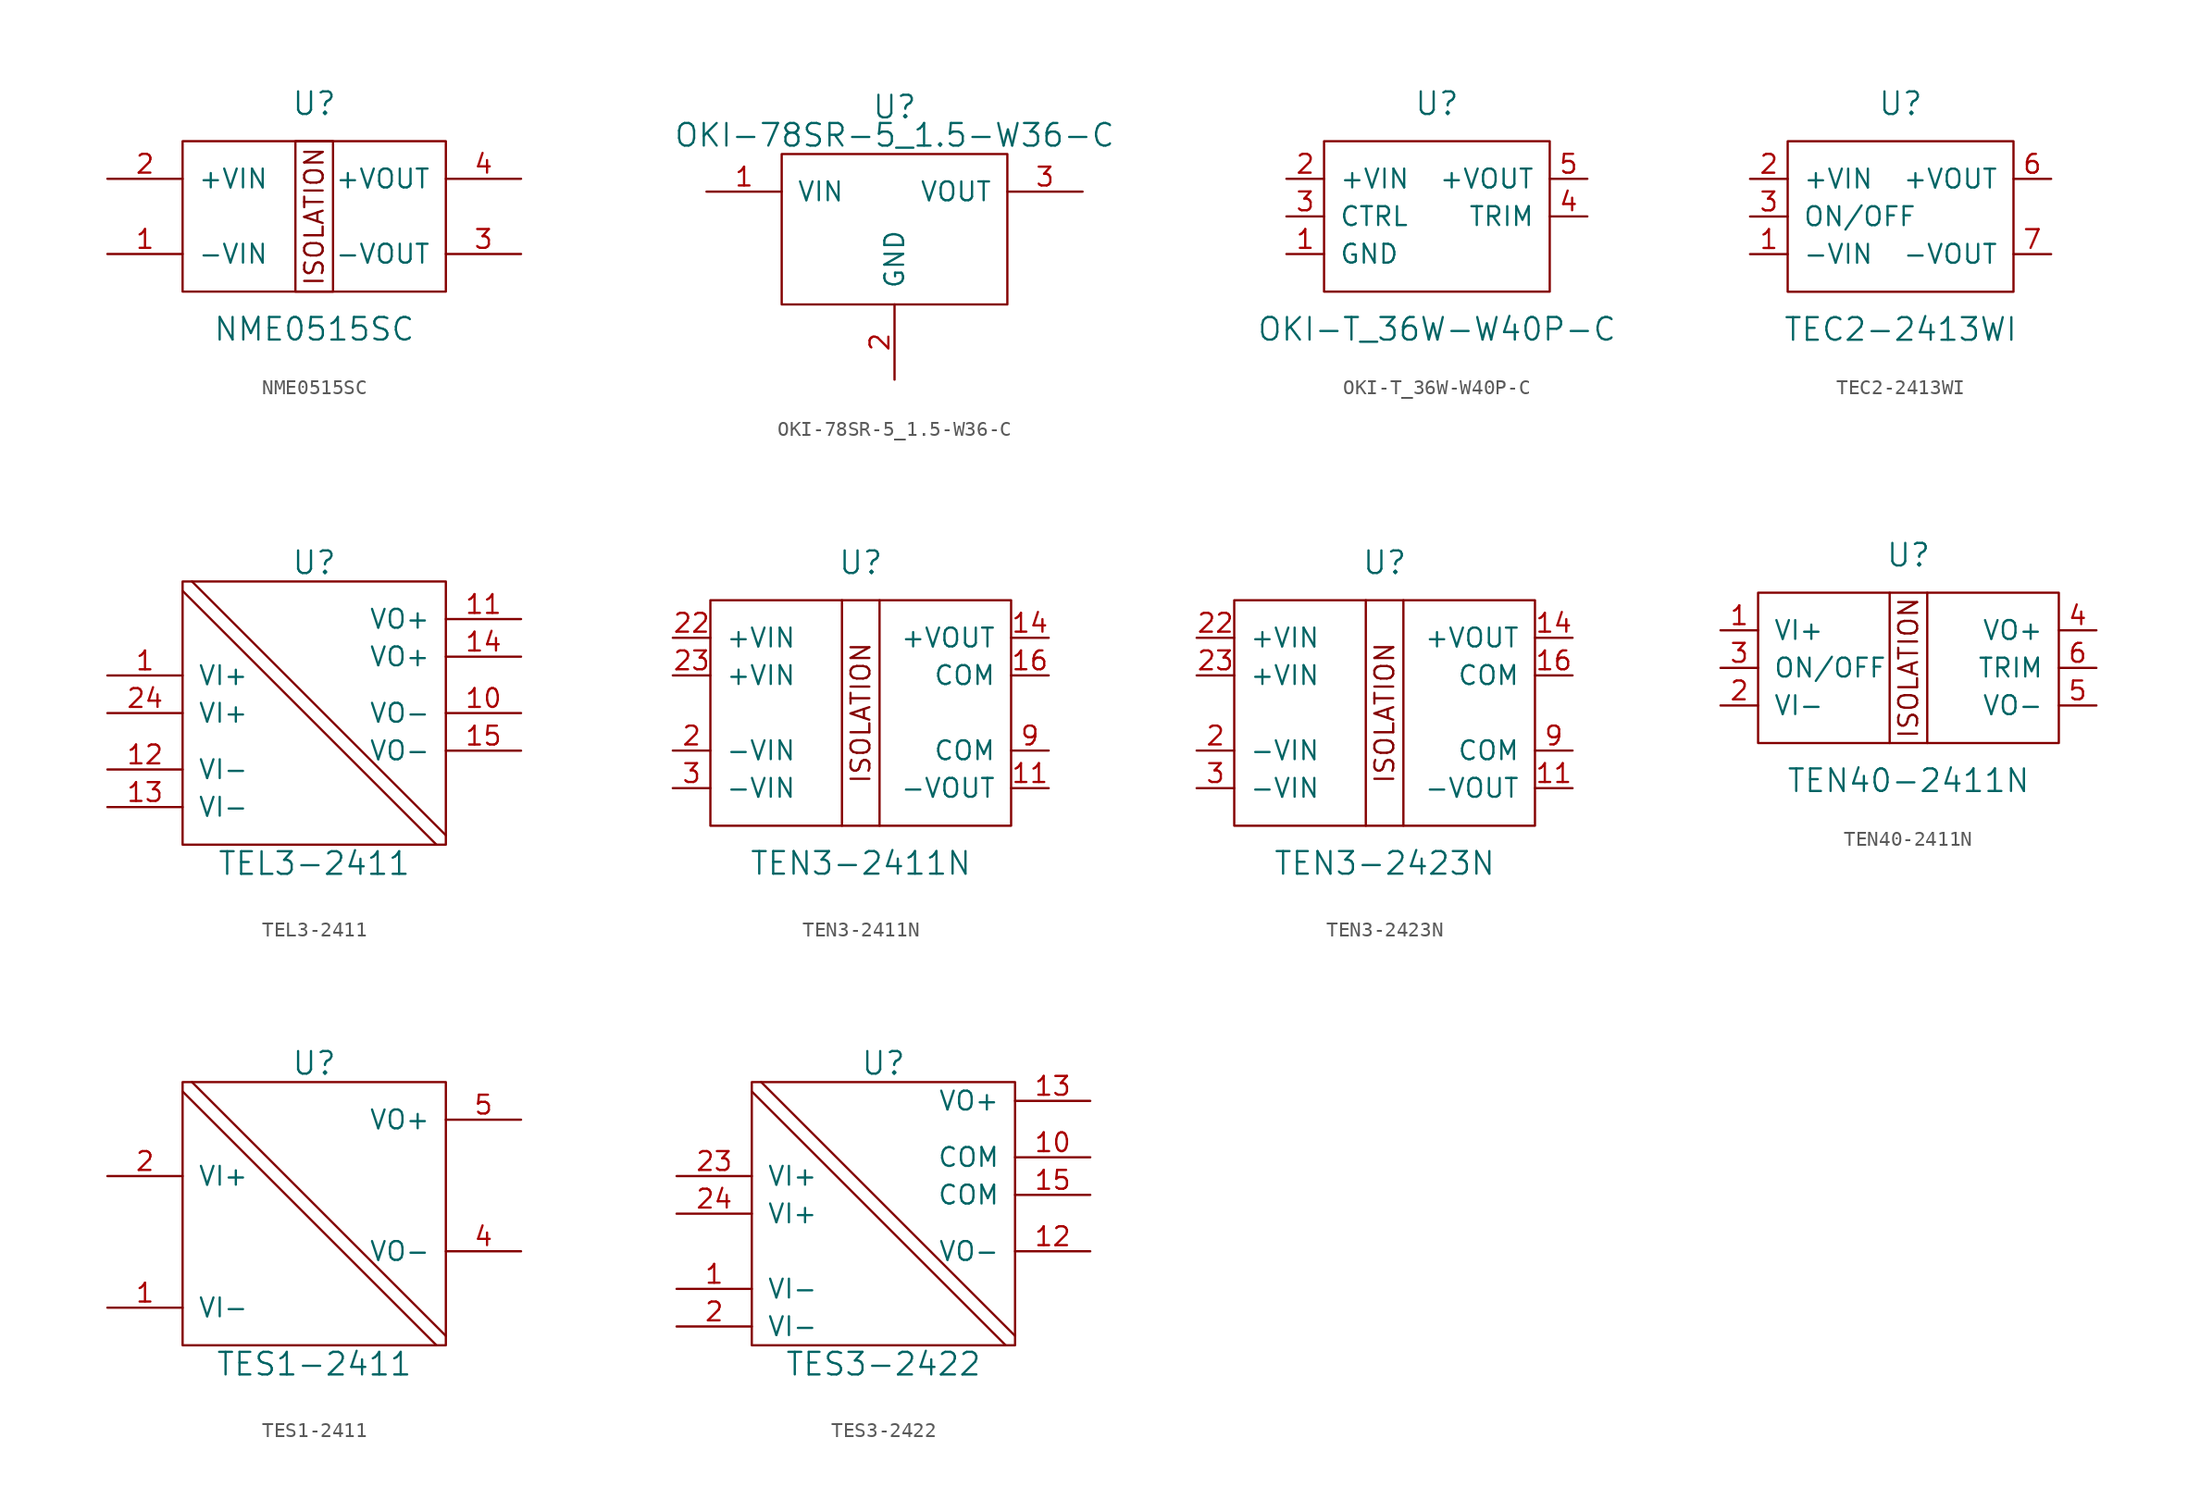
<source format=kicad_sym>
(kicad_symbol_lib
  (version 20201005)
  (generator kicad_symbol_editor)
  (symbol "NME0515SC"
    (pin_names
      (offset 1.016))
    (property "Reference" "U"
      (at 0 7.62 0)
      (effects (font (size 1.524 1.524))))
    (property "Value" "NME0515SC"
      (at 0 -7.62 0)
      (effects (font (size 1.524 1.524))))
    (symbol "NME0515SC_0_0"
      (text "ISOLATION" (at 0 0 900) (effects (font (size 1.245 1.245))))
      (rectangle (start -1.27 5.08) (end 1.27 -5.08) (stroke (width 0)) (fill (type none))))
    (symbol "NME0515SC_0_1"
      (rectangle (start -8.89 5.08) (end 8.89 -5.08) (stroke (width 0)) (fill (type none))))
    (symbol "NME0515SC_1_0"
      (pin output line (at -13.97 -2.54 0) (length 5.08) (name "-VIN" (effects (font (size 1.27 1.27)))) (number "1" (effects (font (size 1.27 1.27)))))
      (pin output line (at -13.97 2.54 0) (length 5.08) (name "+VIN" (effects (font (size 1.27 1.27)))) (number "2" (effects (font (size 1.27 1.27)))))
      (pin output line (at 13.97 -2.54 180) (length 5.08) (name "-VOUT" (effects (font (size 1.27 1.27)))) (number "3" (effects (font (size 1.27 1.27)))))
      (pin output line (at 13.97 2.54 180) (length 5.08) (name "+VOUT" (effects (font (size 1.27 1.27)))) (number "4" (effects (font (size 1.27 1.27)))))))
  (symbol "OKI-78SR-5_1.5-W36-C"
    (pin_names
      (offset 1.016))
    (property "Reference" "U"
      (at 0 8.255 0)
      (effects (font (size 1.524 1.524))))
    (property "Value" "OKI-78SR-5_1.5-W36-C"
      (at 0 6.35 0)
      (effects (font (size 1.524 1.524))))
    (property "Footprint" ""
      (at 0 1.905 0)
      (effects (font (size 1.524 1.524))))
    (symbol "OKI-78SR-5_1.5-W36-C_0_1"
      (rectangle (start -7.62 5.08) (end 7.62 -5.08) (stroke (width 0)) (fill (type none))))
    (symbol "OKI-78SR-5_1.5-W36-C_1_1"
      (pin power_in line (at -12.7 2.54 0) (length 5.08) (name "VIN" (effects (font (size 1.27 1.27)))) (number "1" (effects (font (size 1.27 1.27)))))
      (pin power_in line (at 0 -10.16 90) (length 5.08) (name "GND" (effects (font (size 1.27 1.27)))) (number "2" (effects (font (size 1.27 1.27)))))
      (pin power_out line (at 12.7 2.54 180) (length 5.08) (name "VOUT" (effects (font (size 1.27 1.27)))) (number "3" (effects (font (size 1.27 1.27)))))))
  (symbol "OKI-T_36W-W40P-C"
    (pin_names
      (offset 1.016))
    (property "Reference" "U"
      (at 0 7.62 0)
      (effects (font (size 1.524 1.524))))
    (property "Value" "OKI-T_36W-W40P-C"
      (at 0 -7.62 0)
      (effects (font (size 1.524 1.524))))
    (symbol "OKI-T_36W-W40P-C_0_1"
      (rectangle (start -7.62 5.08) (end 7.62 -5.08) (stroke (width 0)) (fill (type none))))
    (symbol "OKI-T_36W-W40P-C_1_1"
      (pin power_in line (at -10.16 -2.54 0) (length 2.54) (name "GND" (effects (font (size 1.27 1.27)))) (number "1" (effects (font (size 1.27 1.27)))))
      (pin power_in line (at -10.16 2.54 0) (length 2.54) (name "+VIN" (effects (font (size 1.27 1.27)))) (number "2" (effects (font (size 1.27 1.27)))))
      (pin input line (at -10.16 0 0) (length 2.54) (name "CTRL" (effects (font (size 1.27 1.27)))) (number "3" (effects (font (size 1.27 1.27)))))
      (pin input line (at 10.16 0 180) (length 2.54) (name "TRIM" (effects (font (size 1.27 1.27)))) (number "4" (effects (font (size 1.27 1.27)))))
      (pin power_out line (at 10.16 2.54 180) (length 2.54) (name "+VOUT" (effects (font (size 1.27 1.27)))) (number "5" (effects (font (size 1.27 1.27)))))))
  (symbol "TEC2-2413WI"
    (pin_names
      (offset 1.016))
    (property "Reference" "U"
      (at 0 7.62 0)
      (effects (font (size 1.524 1.524))))
    (property "Value" "TEC2-2413WI"
      (at 0 -7.62 0)
      (effects (font (size 1.524 1.524))))
    (symbol "TEC2-2413WI_0_1"
      (rectangle (start -7.62 5.08) (end 7.62 -5.08) (stroke (width 0)) (fill (type none))))
    (symbol "TEC2-2413WI_1_1"
      (pin power_in line (at -10.16 -2.54 0) (length 2.54) (name "-VIN" (effects (font (size 1.27 1.27)))) (number "1" (effects (font (size 1.27 1.27)))))
      (pin power_in line (at -10.16 2.54 0) (length 2.54) (name "+VIN" (effects (font (size 1.27 1.27)))) (number "2" (effects (font (size 1.27 1.27)))))
      (pin input line (at -10.16 0 0) (length 2.54) (name "ON/OFF" (effects (font (size 1.27 1.27)))) (number "3" (effects (font (size 1.27 1.27)))))
      (pin power_out line (at 10.16 2.54 180) (length 2.54) (name "+VOUT" (effects (font (size 1.27 1.27)))) (number "6" (effects (font (size 1.27 1.27)))))
      (pin power_out line (at 10.16 -2.54 180) (length 2.54) (name "-VOUT" (effects (font (size 1.27 1.27)))) (number "7" (effects (font (size 1.27 1.27)))))))
  (symbol "TEL3-2411"
    (pin_names
      (offset 1.016))
    (property "Reference" "U"
      (at 0 10.16 0)
      (effects (font (size 1.524 1.524))))
    (property "Value" "TEL3-2411"
      (at 0 -10.16 0)
      (effects (font (size 1.524 1.524))))
    (property "Footprint" ""
      (at 0 0 0)
      (effects (font (size 1.524 1.524))))
    (symbol "TEL3-2411_0_1"
      (rectangle (start -8.89 8.89) (end 8.89 -8.89) (stroke (width 0)) (fill (type none)))
      (polyline (pts (xy -8.89 8.255) (xy 8.255 -8.89)) (stroke (width 0)) (fill (type none)))
      (polyline (pts (xy -8.255 8.89) (xy 8.89 -8.255)) (stroke (width 0)) (fill (type none))))
    (symbol "TEL3-2411_1_1"
      (pin power_in line (at -13.97 2.54 0) (length 5.08) (name "VI+" (effects (font (size 1.27 1.27)))) (number "1" (effects (font (size 1.27 1.27)))))
      (pin power_out line (at 13.97 0 180) (length 5.08) (name "VO-" (effects (font (size 1.27 1.27)))) (number "10" (effects (font (size 1.27 1.27)))))
      (pin power_out line (at 13.97 6.35 180) (length 5.08) (name "VO+" (effects (font (size 1.27 1.27)))) (number "11" (effects (font (size 1.27 1.27)))))
      (pin power_in line (at -13.97 -3.81 0) (length 5.08) (name "VI-" (effects (font (size 1.27 1.27)))) (number "12" (effects (font (size 1.27 1.27)))))
      (pin power_in line (at -13.97 -6.35 0) (length 5.08) (name "VI-" (effects (font (size 1.27 1.27)))) (number "13" (effects (font (size 1.27 1.27)))))
      (pin power_out line (at 13.97 3.81 180) (length 5.08) (name "VO+" (effects (font (size 1.27 1.27)))) (number "14" (effects (font (size 1.27 1.27)))))
      (pin power_out line (at 13.97 -2.54 180) (length 5.08) (name "VO-" (effects (font (size 1.27 1.27)))) (number "15" (effects (font (size 1.27 1.27)))))
      (pin unconnected line (at -3.81 -8.89 0) (length 0) hide (name "~" (effects (font (size 1.27 1.27)))) (number "2" (effects (font (size 1.27 1.27)))))
      (pin unconnected line (at 2.54 8.89 0) (length 0) hide (name "~" (effects (font (size 1.27 1.27)))) (number "22" (effects (font (size 1.27 1.27)))))
      (pin unconnected line (at 5.08 8.89 0) (length 0) hide (name "~" (effects (font (size 1.27 1.27)))) (number "23" (effects (font (size 1.27 1.27)))))
      (pin power_in line (at -13.97 0 0) (length 5.08) (name "VI+" (effects (font (size 1.27 1.27)))) (number "24" (effects (font (size 1.27 1.27)))))
      (pin unconnected line (at -1.27 -8.89 0) (length 0) hide (name "~" (effects (font (size 1.27 1.27)))) (number "3" (effects (font (size 1.27 1.27)))))))
  (symbol "TEN3-2411N"
    (pin_names
      (offset 1.016))
    (property "Reference" "U"
      (at 0 10.16 0)
      (effects (font (size 1.524 1.524))))
    (property "Value" "TEN3-2411N"
      (at 0 -10.16 0)
      (effects (font (size 1.524 1.524))))
    (symbol "TEN3-2411N_0_0"
      (text "ISOLATION" (at 0 0 900) (effects (font (size 1.27 1.27)))))
    (symbol "TEN3-2411N_0_1"
      (polyline (pts (xy -1.27 -7.62) (xy 1.27 -7.62)) (stroke (width 0)) (fill (type none)))
      (polyline (pts (xy -1.27 7.62) (xy 1.27 7.62)) (stroke (width 0)) (fill (type none))))
    (symbol "TEN3-2411N_1_1"
      (rectangle (start -10.16 7.62) (end -1.27 -7.62) (stroke (width 0)) (fill (type none)))
      (rectangle (start 1.27 7.62) (end 10.16 -7.62) (stroke (width 0)) (fill (type none)))
      (pin power_out line (at 12.7 -5.08 180) (length 2.54) (name "-VOUT" (effects (font (size 1.27 1.27)))) (number "11" (effects (font (size 1.27 1.27)))))
      (pin power_out line (at 12.7 5.08 180) (length 2.54) (name "+VOUT" (effects (font (size 1.27 1.27)))) (number "14" (effects (font (size 1.27 1.27)))))
      (pin power_out line (at 12.7 2.54 180) (length 2.54) (name "COM" (effects (font (size 1.27 1.27)))) (number "16" (effects (font (size 1.27 1.27)))))
      (pin power_in line (at -12.7 -2.54 0) (length 2.54) (name "-VIN" (effects (font (size 1.27 1.27)))) (number "2" (effects (font (size 1.27 1.27)))))
      (pin power_in line (at -12.7 5.08 0) (length 2.54) (name "+VIN" (effects (font (size 1.27 1.27)))) (number "22" (effects (font (size 1.27 1.27)))))
      (pin power_in line (at -12.7 2.54 0) (length 2.54) (name "+VIN" (effects (font (size 1.27 1.27)))) (number "23" (effects (font (size 1.27 1.27)))))
      (pin power_in line (at -12.7 -5.08 0) (length 2.54) (name "-VIN" (effects (font (size 1.27 1.27)))) (number "3" (effects (font (size 1.27 1.27)))))
      (pin power_out line (at 12.7 -2.54 180) (length 2.54) (name "COM" (effects (font (size 1.27 1.27)))) (number "9" (effects (font (size 1.27 1.27)))))))
  (symbol "TEN3-2423N"
    (pin_names
      (offset 1.016))
    (property "Reference" "U"
      (at 0 10.16 0)
      (effects (font (size 1.524 1.524))))
    (property "Value" "TEN3-2423N"
      (at 0 -10.16 0)
      (effects (font (size 1.524 1.524))))
    (symbol "TEN3-2423N_0_0"
      (text "ISOLATION" (at 0 0 900) (effects (font (size 1.27 1.27)))))
    (symbol "TEN3-2423N_0_1"
      (rectangle (start -10.16 7.62) (end -1.27 -7.62) (stroke (width 0)) (fill (type none)))
      (polyline (pts (xy -1.27 -7.62) (xy 1.27 -7.62)) (stroke (width 0)) (fill (type none)))
      (polyline (pts (xy -1.27 7.62) (xy 1.27 7.62)) (stroke (width 0)) (fill (type none))))
    (symbol "TEN3-2423N_1_1"
      (rectangle (start 1.27 7.62) (end 10.16 -7.62) (stroke (width 0)) (fill (type none)))
      (pin power_out line (at 12.7 -5.08 180) (length 2.54) (name "-VOUT" (effects (font (size 1.27 1.27)))) (number "11" (effects (font (size 1.27 1.27)))))
      (pin power_out line (at 12.7 5.08 180) (length 2.54) (name "+VOUT" (effects (font (size 1.27 1.27)))) (number "14" (effects (font (size 1.27 1.27)))))
      (pin power_out line (at 12.7 2.54 180) (length 2.54) (name "COM" (effects (font (size 1.27 1.27)))) (number "16" (effects (font (size 1.27 1.27)))))
      (pin power_in line (at -12.7 -2.54 0) (length 2.54) (name "-VIN" (effects (font (size 1.27 1.27)))) (number "2" (effects (font (size 1.27 1.27)))))
      (pin power_in line (at -12.7 5.08 0) (length 2.54) (name "+VIN" (effects (font (size 1.27 1.27)))) (number "22" (effects (font (size 1.27 1.27)))))
      (pin power_in line (at -12.7 2.54 0) (length 2.54) (name "+VIN" (effects (font (size 1.27 1.27)))) (number "23" (effects (font (size 1.27 1.27)))))
      (pin power_in line (at -12.7 -5.08 0) (length 2.54) (name "-VIN" (effects (font (size 1.27 1.27)))) (number "3" (effects (font (size 1.27 1.27)))))
      (pin power_out line (at 12.7 -2.54 180) (length 2.54) (name "COM" (effects (font (size 1.27 1.27)))) (number "9" (effects (font (size 1.27 1.27)))))))
  (symbol "TEN40-2411N"
    (pin_names
      (offset 1.016))
    (property "Reference" "U"
      (at 0 7.62 0)
      (effects (font (size 1.524 1.524))))
    (property "Value" "TEN40-2411N"
      (at 0 -7.62 0)
      (effects (font (size 1.524 1.524))))
    (symbol "TEN40-2411N_0_0"
      (text "ISOLATION" (at 0 0 900) (effects (font (size 1.27 1.27)))))
    (symbol "TEN40-2411N_0_1"
      (rectangle (start -10.16 5.08) (end -1.27 -5.08) (stroke (width 0)) (fill (type none)))
      (polyline (pts (xy -1.27 -5.08) (xy 1.27 -5.08)) (stroke (width 0)) (fill (type none)))
      (polyline (pts (xy -1.27 5.08) (xy 1.27 5.08)) (stroke (width 0)) (fill (type none))))
    (symbol "TEN40-2411N_1_1"
      (rectangle (start 1.27 5.08) (end 10.16 -5.08) (stroke (width 0)) (fill (type none)))
      (pin power_in line (at -12.7 2.54 0) (length 2.54) (name "VI+" (effects (font (size 1.27 1.27)))) (number "1" (effects (font (size 1.27 1.27)))))
      (pin power_in line (at -12.7 -2.54 0) (length 2.54) (name "VI-" (effects (font (size 1.27 1.27)))) (number "2" (effects (font (size 1.27 1.27)))))
      (pin input line (at -12.7 0 0) (length 2.54) (name "ON/OFF" (effects (font (size 1.27 1.27)))) (number "3" (effects (font (size 1.27 1.27)))))
      (pin power_out line (at 12.7 2.54 180) (length 2.54) (name "VO+" (effects (font (size 1.27 1.27)))) (number "4" (effects (font (size 1.27 1.27)))))
      (pin power_out line (at 12.7 -2.54 180) (length 2.54) (name "VO-" (effects (font (size 1.27 1.27)))) (number "5" (effects (font (size 1.27 1.27)))))
      (pin input line (at 12.7 0 180) (length 2.54) (name "TRIM" (effects (font (size 1.27 1.27)))) (number "6" (effects (font (size 1.27 1.27)))))))
  (symbol "TES1-2411"
    (pin_names
      (offset 1.016))
    (property "Reference" "U"
      (at 0 10.16 0)
      (effects (font (size 1.524 1.524))))
    (property "Value" "TES1-2411"
      (at 0 -10.16 0)
      (effects (font (size 1.524 1.524))))
    (property "Footprint" ""
      (at 0 0 0)
      (effects (font (size 1.524 1.524))))
    (symbol "TES1-2411_0_1"
      (rectangle (start -8.89 8.89) (end 8.89 -8.89) (stroke (width 0)) (fill (type none)))
      (polyline (pts (xy -8.89 8.255) (xy 8.255 -8.89)) (stroke (width 0)) (fill (type none)))
      (polyline (pts (xy -8.255 8.89) (xy 8.89 -8.255)) (stroke (width 0)) (fill (type none))))
    (symbol "TES1-2411_1_1"
      (pin power_in line (at -13.97 -6.35 0) (length 5.08) (name "VI-" (effects (font (size 1.27 1.27)))) (number "1" (effects (font (size 1.27 1.27)))))
      (pin power_in line (at -13.97 2.54 0) (length 5.08) (name "VI+" (effects (font (size 1.27 1.27)))) (number "2" (effects (font (size 1.27 1.27)))))
      (pin power_out line (at 13.97 -2.54 180) (length 5.08) (name "VO-" (effects (font (size 1.27 1.27)))) (number "4" (effects (font (size 1.27 1.27)))))
      (pin power_out line (at 13.97 6.35 180) (length 5.08) (name "VO+" (effects (font (size 1.27 1.27)))) (number "5" (effects (font (size 1.27 1.27)))))
      (pin unconnected line (at 8.89 -6.35 180) (length 0) hide (name "NC" (effects (font (size 1.27 1.27)))) (number "8" (effects (font (size 1.27 1.27)))))))
  (symbol "TES3-2422"
    (pin_names
      (offset 1.016))
    (property "Reference" "U"
      (at 0 10.16 0)
      (effects (font (size 1.524 1.524))))
    (property "Value" "TES3-2422"
      (at 0 -10.16 0)
      (effects (font (size 1.524 1.524))))
    (property "Footprint" ""
      (at 0 0 0)
      (effects (font (size 1.524 1.524))))
    (symbol "TES3-2422_0_1"
      (rectangle (start -8.89 8.89) (end 8.89 -8.89) (stroke (width 0)) (fill (type none)))
      (polyline (pts (xy -8.89 8.255) (xy 8.255 -8.89)) (stroke (width 0)) (fill (type none)))
      (polyline (pts (xy -8.255 8.89) (xy 8.89 -8.255)) (stroke (width 0)) (fill (type none))))
    (symbol "TES3-2422_1_1"
      (pin power_in line (at -13.97 -5.08 0) (length 5.08) (name "VI-" (effects (font (size 1.27 1.27)))) (number "1" (effects (font (size 1.27 1.27)))))
      (pin power_out line (at 13.97 3.81 180) (length 5.08) (name "COM" (effects (font (size 1.27 1.27)))) (number "10" (effects (font (size 1.27 1.27)))))
      (pin unconnected line (at -3.81 -8.89 0) (length 0) hide (name "~" (effects (font (size 1.27 1.27)))) (number "11" (effects (font (size 1.27 1.27)))))
      (pin power_out line (at 13.97 -2.54 180) (length 5.08) (name "VO-" (effects (font (size 1.27 1.27)))) (number "12" (effects (font (size 1.27 1.27)))))
      (pin power_out line (at 13.97 7.62 180) (length 5.08) (name "VO+" (effects (font (size 1.27 1.27)))) (number "13" (effects (font (size 1.27 1.27)))))
      (pin unconnected line (at 5.08 8.89 0) (length 0) hide (name "~" (effects (font (size 1.27 1.27)))) (number "14" (effects (font (size 1.27 1.27)))))
      (pin power_out line (at 13.97 1.27 180) (length 5.08) (name "COM" (effects (font (size 1.27 1.27)))) (number "15" (effects (font (size 1.27 1.27)))))
      (pin power_in line (at -13.97 -7.62 0) (length 5.08) (name "VI-" (effects (font (size 1.27 1.27)))) (number "2" (effects (font (size 1.27 1.27)))))
      (pin unconnected line (at 2.54 8.89 0) (length 0) hide (name "~" (effects (font (size 1.27 1.27)))) (number "22" (effects (font (size 1.27 1.27)))))
      (pin power_in line (at -13.97 2.54 0) (length 5.08) (name "VI+" (effects (font (size 1.27 1.27)))) (number "23" (effects (font (size 1.27 1.27)))))
      (pin power_in line (at -13.97 0 0) (length 5.08) (name "VI+" (effects (font (size 1.27 1.27)))) (number "24" (effects (font (size 1.27 1.27)))))
      (pin unconnected line (at -1.27 -8.89 0) (length 0) hide (name "~" (effects (font (size 1.27 1.27)))) (number "3" (effects (font (size 1.27 1.27))))))))
</source>
